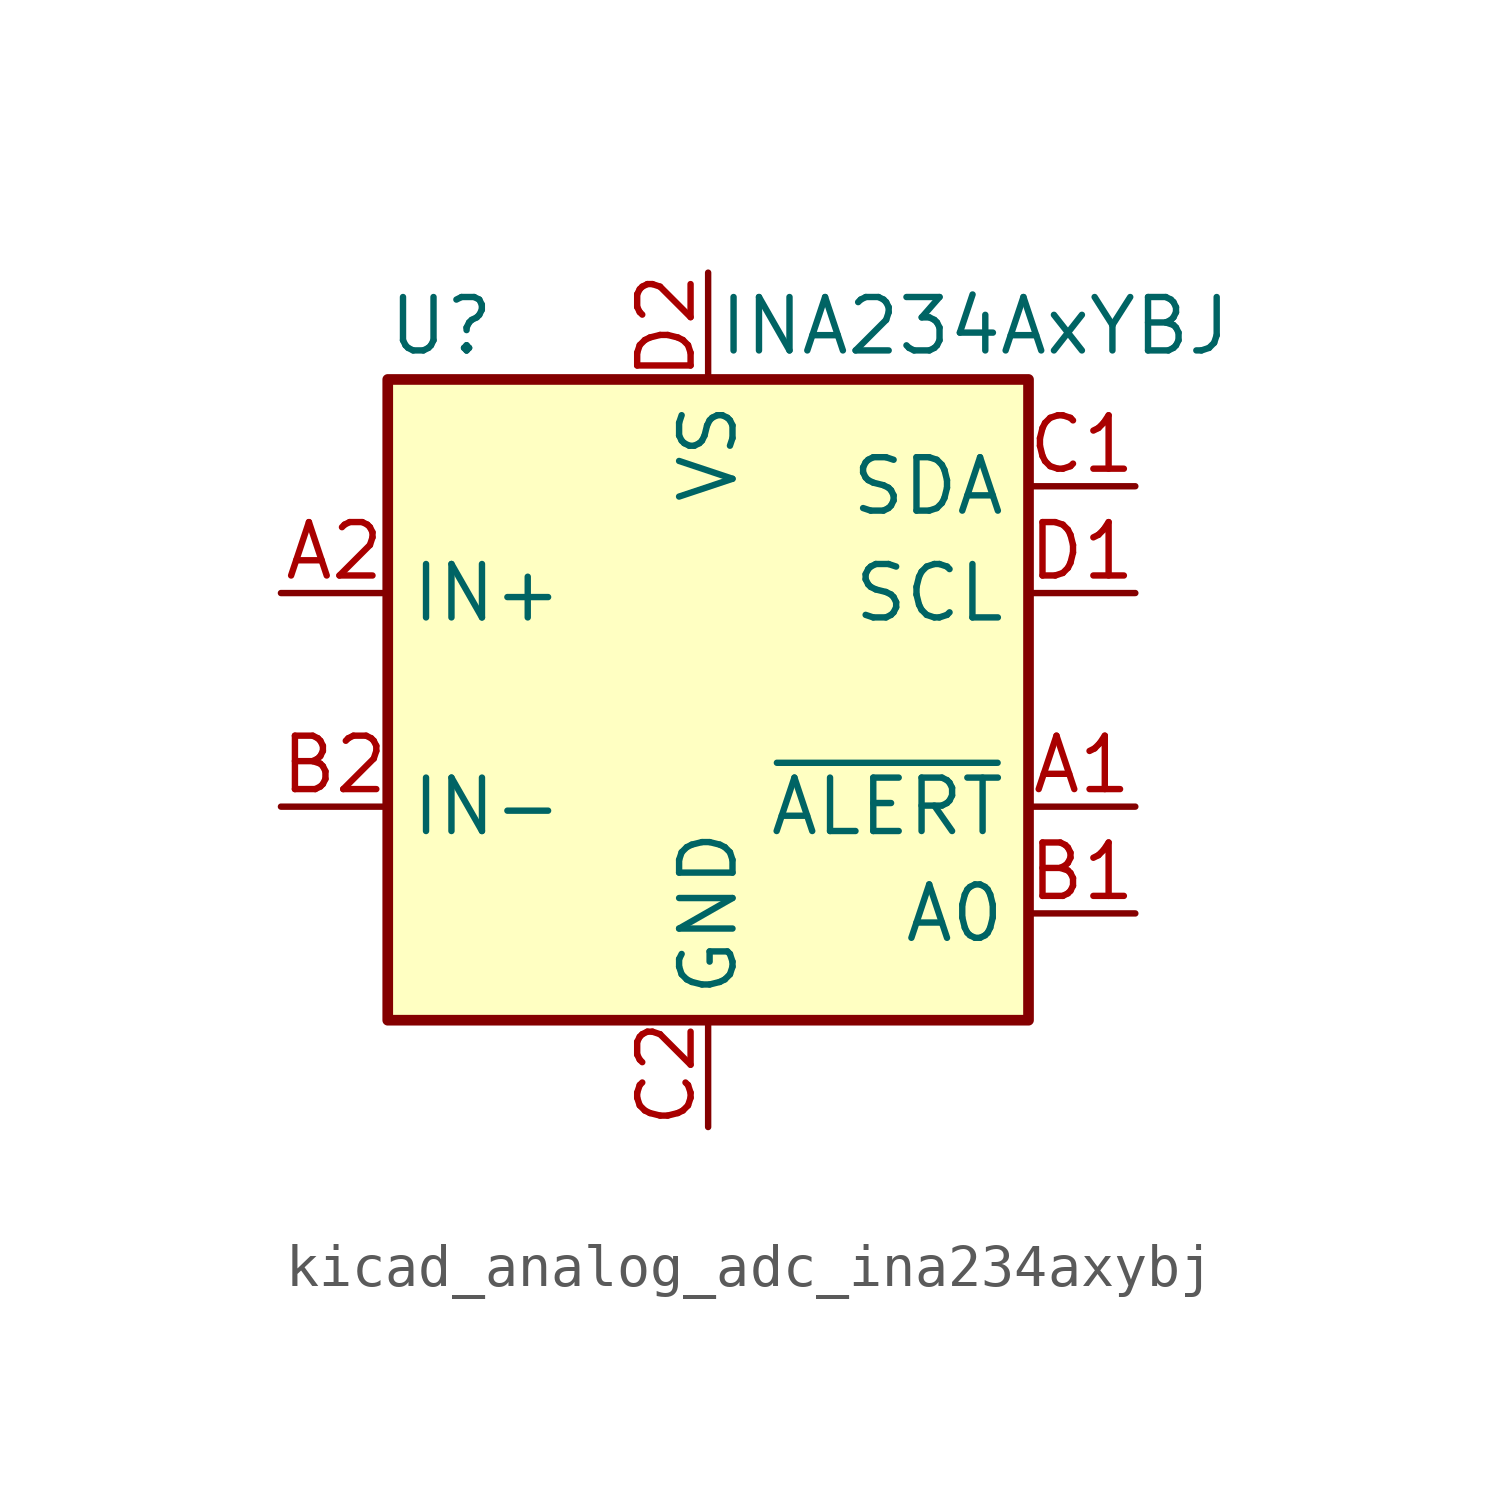
<source format=kicad_sym>
(kicad_symbol_lib
  (version 20220914)
  (generator kicad_symbol_editor)
  (symbol "kicad_analog_adc_ina234axybj"
    (property "Reference" "U"
      (at -6.35 8.89 0)
      (effects (font (size 1.27 1.27))))
    (property "Value" "INA234AxYBJ"
      (at 6.35 8.89 0)
      (effects (font (size 1.27 1.27))))
    (symbol "kicad_analog_adc_ina234axybj_0_1"
      (rectangle (start -7.62 7.62) (end 7.62 -7.62) (stroke (width 0.254) (type default)) (fill (type background))))
    (symbol "kicad_analog_adc_ina234axybj_1_1"
      (pin open_collector line (at 10.16 -2.54 180) (length 2.54) (name "~{ALERT}" (effects (font (size 1.27 1.27)))) (number "A1" (effects (font (size 1.27 1.27)))) (alternate "ALERT" open_collector line))
      (pin input line (at -10.16 2.54 0) (length 2.54) (name "IN+" (effects (font (size 1.27 1.27)))) (number "A2" (effects (font (size 1.27 1.27)))))
      (pin input line (at 10.16 -5.08 180) (length 2.54) (name "A0" (effects (font (size 1.27 1.27)))) (number "B1" (effects (font (size 1.27 1.27)))))
      (pin input line (at -10.16 -2.54 0) (length 2.54) (name "IN-" (effects (font (size 1.27 1.27)))) (number "B2" (effects (font (size 1.27 1.27)))))
      (pin bidirectional line (at 10.16 5.08 180) (length 2.54) (name "SDA" (effects (font (size 1.27 1.27)))) (number "C1" (effects (font (size 1.27 1.27)))))
      (pin power_in line (at 0 -10.16 90) (length 2.54) (name "GND" (effects (font (size 1.27 1.27)))) (number "C2" (effects (font (size 1.27 1.27)))))
      (pin input line (at 10.16 2.54 180) (length 2.54) (name "SCL" (effects (font (size 1.27 1.27)))) (number "D1" (effects (font (size 1.27 1.27)))))
      (pin power_in line (at 0 10.16 270) (length 2.54) (name "VS" (effects (font (size 1.27 1.27)))) (number "D2" (effects (font (size 1.27 1.27))))))))
</source>
